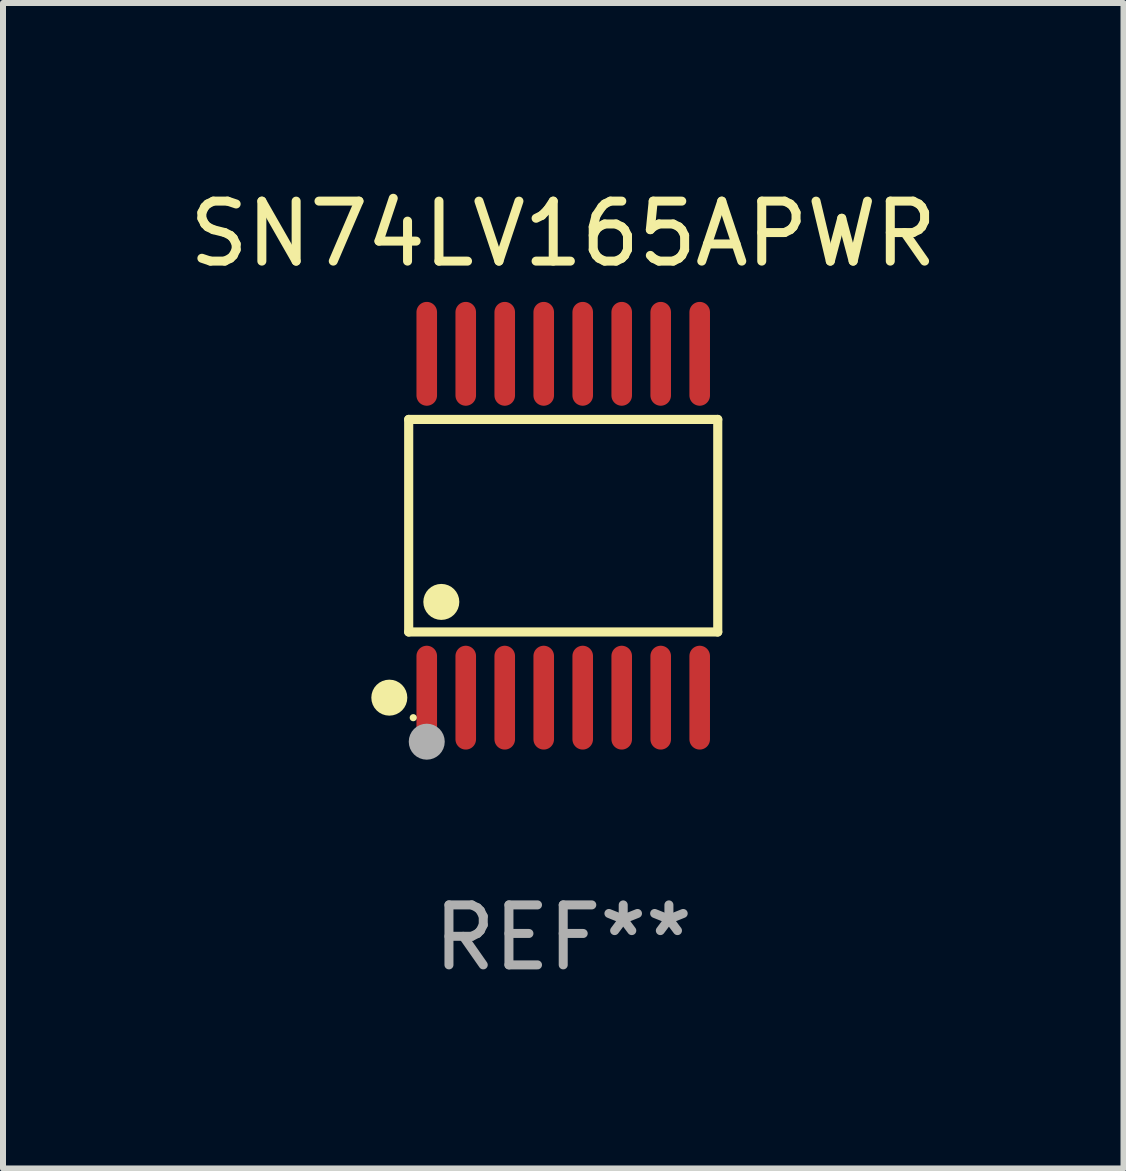
<source format=kicad_pcb>
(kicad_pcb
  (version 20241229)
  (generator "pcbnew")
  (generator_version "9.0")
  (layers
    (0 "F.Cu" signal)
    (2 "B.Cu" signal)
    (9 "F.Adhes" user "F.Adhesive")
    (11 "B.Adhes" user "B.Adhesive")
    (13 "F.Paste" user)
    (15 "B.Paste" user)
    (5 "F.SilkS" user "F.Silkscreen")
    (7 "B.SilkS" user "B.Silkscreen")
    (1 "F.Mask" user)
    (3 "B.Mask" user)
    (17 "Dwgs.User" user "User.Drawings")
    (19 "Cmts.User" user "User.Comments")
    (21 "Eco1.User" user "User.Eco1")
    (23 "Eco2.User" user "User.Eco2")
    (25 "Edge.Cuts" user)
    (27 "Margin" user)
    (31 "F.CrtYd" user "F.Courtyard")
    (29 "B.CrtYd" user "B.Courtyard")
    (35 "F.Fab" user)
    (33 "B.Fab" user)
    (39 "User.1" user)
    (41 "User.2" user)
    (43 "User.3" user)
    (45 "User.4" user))
  (footprint "SN74LV165APWR"
    (layer "F.Cu")
    (at 6.339 5.714)
    (property "Reference" "SN74LV165APWR" (at 0 -4.866 0) (layer "F.SilkS") (effects (font (size 1 1) (thickness 0.15))))
    (attr through_hole)
    (fp_line (start -2.576 -1.772) (end 2.576 -1.772) (stroke (width 0.152) (type solid)) (layer "F.SilkS"))
    (fp_line (start -2.576 1.771) (end -2.576 -1.772) (stroke (width 0.152) (type solid)) (layer "F.SilkS"))
    (fp_line (start 2.576 -1.772) (end 2.576 1.771) (stroke (width 0.152) (type solid)) (layer "F.SilkS"))
    (fp_line (start 2.576 1.771) (end -2.576 1.771) (stroke (width 0.152) (type solid)) (layer "F.SilkS"))
    (fp_circle (center -2.899 2.866) (end -2.749 2.866) (stroke (width 0.3) (type solid)) (fill no) (layer "F.SilkS"))
    (fp_circle (center -2.5 3.2) (end -2.47 3.2) (stroke (width 0.06) (type solid)) (fill no) (layer "F.SilkS"))
    (fp_circle (center -2.032 1.27) (end -1.882 1.27) (stroke (width 0.3) (type solid)) (fill no) (layer "F.SilkS"))
    (fp_circle (center -2.275 3.6) (end -2.125 3.6) (stroke (width 0.3) (type solid)) (fill no) (layer "F.Fab"))
    (fp_text user "REF**" (at 0 6.866 0) (layer "F.Fab") (effects (font (size 1 1) (thickness 0.15))))
    (pad "1" smd oval (at -2.275 2.866) (size 0.343 1.731) (layers "F.Cu" "F.Mask" "F.Paste"))
    (pad "2" smd oval (at -1.625 2.866) (size 0.343 1.731) (layers "F.Cu" "F.Mask" "F.Paste"))
    (pad "3" smd oval (at -0.975 2.866) (size 0.343 1.731) (layers "F.Cu" "F.Mask" "F.Paste"))
    (pad "4" smd oval (at -0.325 2.866) (size 0.343 1.731) (layers "F.Cu" "F.Mask" "F.Paste"))
    (pad "5" smd oval (at 0.325 2.866) (size 0.343 1.731) (layers "F.Cu" "F.Mask" "F.Paste"))
    (pad "6" smd oval (at 0.975 2.866) (size 0.343 1.731) (layers "F.Cu" "F.Mask" "F.Paste"))
    (pad "7" smd oval (at 1.625 2.866) (size 0.343 1.731) (layers "F.Cu" "F.Mask" "F.Paste"))
    (pad "8" smd oval (at 2.275 2.866) (size 0.343 1.731) (layers "F.Cu" "F.Mask" "F.Paste"))
    (pad "9" smd oval (at 2.275 -2.866) (size 0.343 1.731) (layers "F.Cu" "F.Mask" "F.Paste"))
    (pad "10" smd oval (at 1.625 -2.866) (size 0.343 1.731) (layers "F.Cu" "F.Mask" "F.Paste"))
    (pad "11" smd oval (at 0.975 -2.866) (size 0.343 1.731) (layers "F.Cu" "F.Mask" "F.Paste"))
    (pad "12" smd oval (at 0.325 -2.866) (size 0.343 1.731) (layers "F.Cu" "F.Mask" "F.Paste"))
    (pad "13" smd oval (at -0.325 -2.866) (size 0.343 1.731) (layers "F.Cu" "F.Mask" "F.Paste"))
    (pad "14" smd oval (at -0.975 -2.866) (size 0.343 1.731) (layers "F.Cu" "F.Mask" "F.Paste"))
    (pad "15" smd oval (at -1.625 -2.866) (size 0.343 1.731) (layers "F.Cu" "F.Mask" "F.Paste"))
    (pad "16" smd oval (at -2.275 -2.866) (size 0.343 1.731) (layers "F.Cu" "F.Mask" "F.Paste")))
  (gr_rect
    (start -3 -3)
    (end 15.679 16.428)
    (stroke (width 0.1) (type default))
    (fill no)
    (layer "Edge.Cuts")))
</source>
